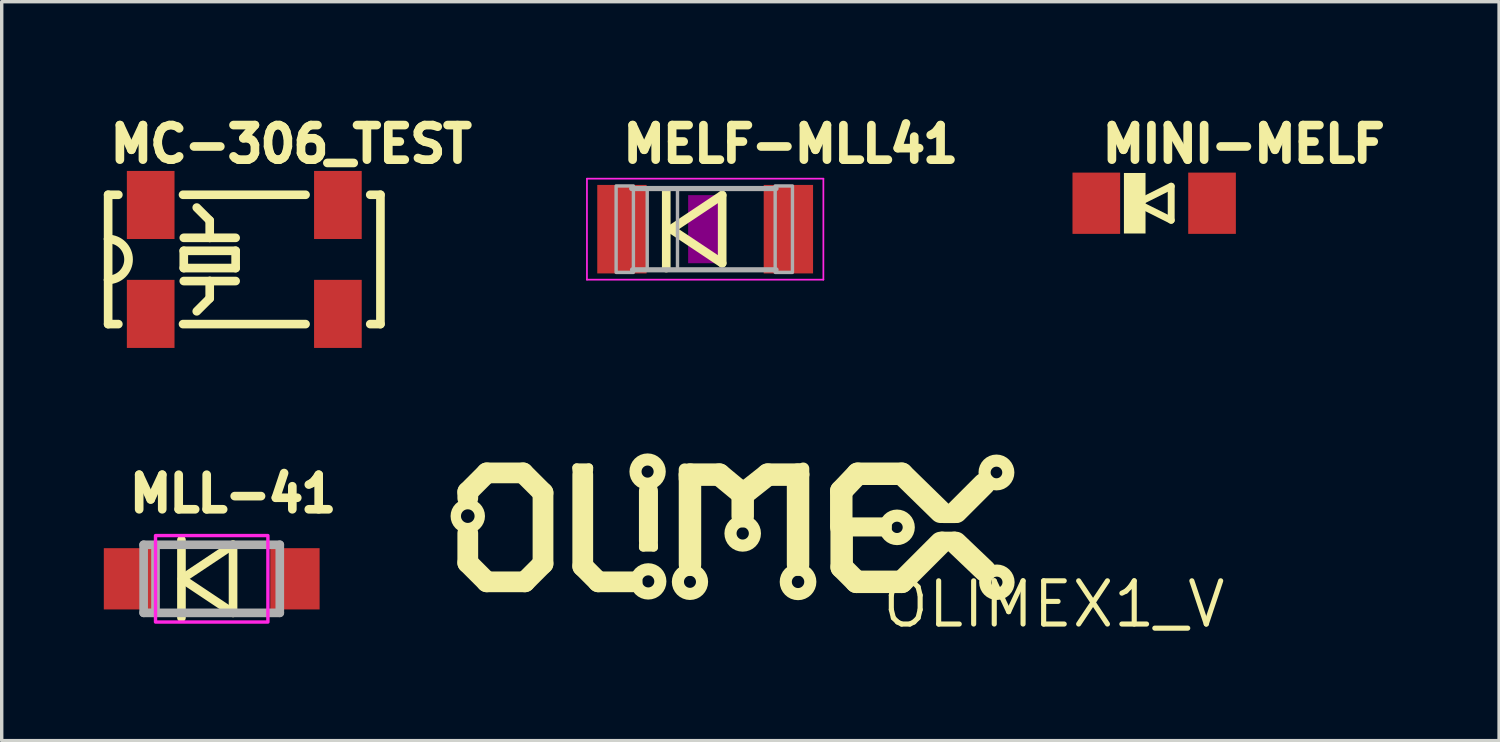
<source format=kicad_pcb>
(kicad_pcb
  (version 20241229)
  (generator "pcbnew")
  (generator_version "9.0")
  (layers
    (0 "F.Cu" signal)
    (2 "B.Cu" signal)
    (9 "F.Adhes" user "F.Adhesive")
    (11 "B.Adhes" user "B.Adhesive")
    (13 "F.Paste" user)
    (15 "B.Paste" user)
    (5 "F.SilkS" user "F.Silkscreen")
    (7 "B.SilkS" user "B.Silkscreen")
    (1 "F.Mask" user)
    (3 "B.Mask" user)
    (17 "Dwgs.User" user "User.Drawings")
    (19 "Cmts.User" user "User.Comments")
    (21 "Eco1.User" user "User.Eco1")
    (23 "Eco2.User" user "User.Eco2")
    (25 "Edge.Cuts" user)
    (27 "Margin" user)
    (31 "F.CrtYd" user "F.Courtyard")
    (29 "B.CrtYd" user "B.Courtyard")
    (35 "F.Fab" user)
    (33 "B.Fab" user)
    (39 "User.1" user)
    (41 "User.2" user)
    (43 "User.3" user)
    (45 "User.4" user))
  (footprint "OLIMEX1_V"
    (layer "F.Cu")
    (at 27.914 14.704)
    (property "Reference" "OLIMEX1_V" (at 0 0 0) (layer "F.SilkS") (effects (font (size 1.27 1.27) (thickness 0.15))))
    (fp_line (start -17.221 -3.302) (end -17.221 -3.124) (stroke (width 0.61) (type solid)) (layer "F.SilkS"))
    (fp_line (start -17.221 -2.083) (end -17.221 -1.219) (stroke (width 0.61) (type solid)) (layer "F.SilkS"))
    (fp_line (start -17.221 -1.219) (end -16.662 -0.66) (stroke (width 0.61) (type solid)) (layer "F.SilkS"))
    (fp_line (start -16.662 -3.861) (end -17.221 -3.302) (stroke (width 0.61) (type solid)) (layer "F.SilkS"))
    (fp_line (start -16.662 -0.66) (end -15.545 -0.66) (stroke (width 0.61) (type solid)) (layer "F.SilkS"))
    (fp_line (start -15.596 -3.861) (end -16.662 -3.861) (stroke (width 0.61) (type solid)) (layer "F.SilkS"))
    (fp_line (start -15.545 -0.66) (end -15.011 -1.194) (stroke (width 0.61) (type solid)) (layer "F.SilkS"))
    (fp_line (start -15.011 -3.277) (end -15.596 -3.861) (stroke (width 0.61) (type solid)) (layer "F.SilkS"))
    (fp_line (start -15.011 -1.194) (end -15.011 -3.277) (stroke (width 0.61) (type solid)) (layer "F.SilkS"))
    (fp_line (start -14.021 -4.013) (end -14.021 -3.937) (stroke (width 0.254) (type solid)) (layer "F.SilkS"))
    (fp_line (start -13.843 -3.81) (end -13.843 -1.118) (stroke (width 0.61) (type solid)) (layer "F.SilkS"))
    (fp_line (start -13.843 -1.118) (end -13.386 -0.66) (stroke (width 0.61) (type solid)) (layer "F.SilkS"))
    (fp_line (start -13.665 -4.013) (end -14.021 -4.013) (stroke (width 0.254) (type solid)) (layer "F.SilkS"))
    (fp_line (start -13.665 -3.937) (end -13.665 -4.013) (stroke (width 0.254) (type solid)) (layer "F.SilkS"))
    (fp_line (start -13.386 -0.66) (end -12.395 -0.66) (stroke (width 0.61) (type solid)) (layer "F.SilkS"))
    (fp_line (start -12.065 -1.753) (end -12.065 -1.676) (stroke (width 0.254) (type solid)) (layer "F.SilkS"))
    (fp_line (start -12.065 -1.676) (end -11.76 -1.676) (stroke (width 0.254) (type solid)) (layer "F.SilkS"))
    (fp_line (start -11.913 -1.854) (end -11.913 -3.327) (stroke (width 0.559) (type solid)) (layer "F.SilkS"))
    (fp_line (start -11.76 -1.676) (end -11.76 -1.753) (stroke (width 0.254) (type solid)) (layer "F.SilkS"))
    (fp_line (start -10.846 -3.683) (end -10.846 -3.962) (stroke (width 0.356) (type solid)) (layer "F.SilkS"))
    (fp_line (start -10.693 -3.81) (end -9.83 -3.81) (stroke (width 0.66) (type solid)) (layer "F.SilkS"))
    (fp_line (start -10.693 -1.168) (end -10.693 -3.81) (stroke (width 0.66) (type solid)) (layer "F.SilkS"))
    (fp_line (start -9.83 -3.81) (end -9.246 -3.327) (stroke (width 0.66) (type solid)) (layer "F.SilkS"))
    (fp_line (start -9.246 -3.327) (end -9.144 -3.327) (stroke (width 0.61) (type solid)) (layer "F.SilkS"))
    (fp_line (start -9.144 -3.327) (end -9.144 -2.591) (stroke (width 0.66) (type solid)) (layer "F.SilkS"))
    (fp_line (start -8.407 -3.81) (end -9.017 -3.327) (stroke (width 0.66) (type solid)) (layer "F.SilkS"))
    (fp_line (start -7.518 -3.81) (end -8.407 -3.81) (stroke (width 0.66) (type solid)) (layer "F.SilkS"))
    (fp_line (start -7.518 -1.168) (end -7.518 -3.81) (stroke (width 0.66) (type solid)) (layer "F.SilkS"))
    (fp_line (start -7.366 -3.81) (end -7.366 -3.988) (stroke (width 0.356) (type solid)) (layer "F.SilkS"))
    (fp_line (start -6.248 -3.327) (end -5.766 -3.835) (stroke (width 0.66) (type solid)) (layer "F.SilkS"))
    (fp_line (start -6.248 -2.273) (end -6.248 -3.327) (stroke (width 0.66) (type solid)) (layer "F.SilkS"))
    (fp_line (start -6.236 -2.286) (end -6.236 -1.092) (stroke (width 0.66) (type solid)) (layer "F.SilkS"))
    (fp_line (start -6.236 -1.092) (end -5.804 -0.66) (stroke (width 0.66) (type solid)) (layer "F.SilkS"))
    (fp_line (start -5.804 -0.66) (end -4.47 -0.66) (stroke (width 0.66) (type solid)) (layer "F.SilkS"))
    (fp_line (start -5.766 -3.835) (end -4.47 -3.835) (stroke (width 0.66) (type solid)) (layer "F.SilkS"))
    (fp_line (start -5.042 -2.273) (end -6.248 -2.273) (stroke (width 0.559) (type solid)) (layer "F.SilkS"))
    (fp_line (start -4.47 -3.835) (end -3.327 -2.718) (stroke (width 0.66) (type solid)) (layer "F.SilkS"))
    (fp_line (start -4.47 -0.66) (end -3.327 -1.803) (stroke (width 0.66) (type solid)) (layer "F.SilkS"))
    (fp_line (start -3.327 -1.803) (end -3.277 -1.854) (stroke (width 0.559) (type solid)) (layer "F.SilkS"))
    (fp_line (start -3.277 -1.854) (end -2.934 -1.854) (stroke (width 0.559) (type solid)) (layer "F.SilkS"))
    (fp_line (start -3.251 -2.667) (end -2.896 -2.667) (stroke (width 0.559) (type solid)) (layer "F.SilkS"))
    (fp_line (start -2.934 -1.854) (end -2.883 -1.803) (stroke (width 0.559) (type solid)) (layer "F.SilkS"))
    (fp_line (start -2.883 -1.803) (end -2.032 -0.991) (stroke (width 0.66) (type solid)) (layer "F.SilkS"))
    (fp_line (start -2.057 -3.531) (end -2.87 -2.718) (stroke (width 0.66) (type solid)) (layer "F.SilkS"))
    (fp_circle (center -17.221 -2.591) (end -16.868 -2.591) (stroke (width 0.305) (type solid)) (fill no) (layer "F.SilkS"))
    (fp_circle (center -11.938 -3.899) (end -11.582 -3.899) (stroke (width 0.356) (type solid)) (fill no) (layer "F.SilkS"))
    (fp_circle (center -11.919 -0.673) (end -11.563 -0.673) (stroke (width 0.356) (type solid)) (fill no) (layer "F.SilkS"))
    (fp_circle (center -10.693 -0.66) (end -10.338 -0.66) (stroke (width 0.356) (type solid)) (fill no) (layer "F.SilkS"))
    (fp_circle (center -9.144 -2.083) (end -8.785 -2.083) (stroke (width 0.356) (type solid)) (fill no) (layer "F.SilkS"))
    (fp_circle (center -7.518 -0.66) (end -7.157 -0.66) (stroke (width 0.356) (type solid)) (fill no) (layer "F.SilkS"))
    (fp_circle (center -4.61 -2.261) (end -4.265 -2.261) (stroke (width 0.356) (type solid)) (fill no) (layer "F.SilkS"))
    (fp_circle (center -1.689 -3.873) (end -1.34 -3.873) (stroke (width 0.356) (type solid)) (fill no) (layer "F.SilkS"))
    (fp_circle (center -1.676 -0.648) (end -1.333 -0.648) (stroke (width 0.356) (type solid)) (fill no) (layer "F.SilkS")))
  (footprint "MINI-MELF"
    (layer "F.Cu")
    (at 30.859 2.921)
    (property "Reference" "MINI-MELF" (at -1.651 -1.143 0) (layer "F.SilkS") (effects (font (size 1.016 1.016) (thickness 0.254)) (justify left bottom)))
    (fp_line (start -0.5 0) (end 0.5 0.5) (stroke (width 0.203) (type solid)) (layer "F.SilkS"))
    (fp_line (start 0.5 -0.5) (end -0.5 0) (stroke (width 0.203) (type solid)) (layer "F.SilkS"))
    (fp_line (start 0.5 0.5) (end 0.5 -0.5) (stroke (width 0.203) (type solid)) (layer "F.SilkS"))
    (fp_poly (pts (xy -0.889 0.889) (xy -0.254 0.889) (xy -0.254 -0.889) (xy -0.889 -0.889)) (stroke (width 0) (type solid)) (fill yes) (layer "F.SilkS"))
    (pad "A" smd rect (at 1.7 0) (size 1.4 1.8) (layers "F.Cu" "F.Mask" "F.Paste"))
    (pad "C" smd rect (at -1.7 0) (size 1.4 1.8) (layers "F.Cu" "F.Mask" "F.Paste")))
  (footprint "MELF-MLL41"
    (layer "F.Cu")
    (at 17.667 3.683)
    (property "Reference" "MELF-MLL41" (at -2.54 -1.905 0) (layer "F.SilkS") (effects (font (size 1.016 1.016) (thickness 0.254)) (justify left bottom)))
    (fp_line (start -1.143 -1.143) (end -1.143 1.143) (stroke (width 0.254) (type solid)) (layer "F.SilkS"))
    (fp_line (start -1 0) (end 0.5 1) (stroke (width 0.254) (type solid)) (layer "F.SilkS"))
    (fp_line (start 0.5 -1) (end -1 0) (stroke (width 0.254) (type solid)) (layer "F.SilkS"))
    (fp_line (start 0.5 1) (end 0.5 -1) (stroke (width 0.254) (type solid)) (layer "F.SilkS"))
    (fp_poly (pts (xy -0.5 1) (xy 0.5 1) (xy 0.5 -1) (xy -0.5 -1)) (stroke (width 0) (type solid)) (fill yes) (layer "F.Adhes"))
    (fp_line (start -3.473 -1.483) (end 3.473 -1.483) (stroke (width 0.051) (type solid)) (layer "F.CrtYd"))
    (fp_line (start -3.473 1.483) (end -3.473 -1.483) (stroke (width 0.051) (type solid)) (layer "F.CrtYd"))
    (fp_line (start 3.473 -1.483) (end 3.473 1.483) (stroke (width 0.051) (type solid)) (layer "F.CrtYd"))
    (fp_line (start 3.473 1.483) (end -3.473 1.483) (stroke (width 0.051) (type solid)) (layer "F.CrtYd"))
    (fp_line (start 2.083 -1.194) (end -2.159 -1.194) (stroke (width 0.152) (type solid)) (layer "F.Fab"))
    (fp_line (start 2.083 1.194) (end -2.134 1.194) (stroke (width 0.152) (type solid)) (layer "F.Fab"))
    (fp_poly (pts (xy -2.616 1.27) (xy -2.108 1.27) (xy -2.108 -1.27) (xy -2.616 -1.27)) (stroke (width 0.1) (type solid)) (fill no) (layer "F.Fab"))
    (fp_poly (pts (xy -1.702 1.194) (xy -0.813 1.194) (xy -0.813 -1.194) (xy -1.702 -1.194)) (stroke (width 0.1) (type solid)) (fill no) (layer "F.Fab"))
    (fp_poly (pts (xy 2.057 1.27) (xy 2.565 1.27) (xy 2.565 -1.27) (xy 2.057 -1.27)) (stroke (width 0.1) (type solid)) (fill no) (layer "F.Fab"))
    (pad "1" smd rect (at -2.445 0) (size 1.45 2.6) (layers "F.Cu" "F.Mask" "F.Paste"))
    (pad "2" smd rect (at 2.445 0) (size 1.45 2.6) (layers "F.Cu" "F.Mask" "F.Paste")))
  (footprint "MLL-41"
    (layer "F.Cu")
    (at 3.17 13.955)
    (property "Reference" "MLL-41" (at -2.54 -1.905 0) (layer "F.SilkS") (effects (font (size 1.016 1.016) (thickness 0.254)) (justify left bottom)))
    (fp_line (start -0.889 -1.143) (end -0.889 1.143) (stroke (width 0.254) (type solid)) (layer "F.SilkS"))
    (fp_line (start -0.873 0) (end 0.627 1) (stroke (width 0.254) (type solid)) (layer "F.SilkS"))
    (fp_line (start 0.627 -1) (end -0.873 0) (stroke (width 0.254) (type solid)) (layer "F.SilkS"))
    (fp_line (start 0.627 1) (end 0.627 -1) (stroke (width 0.254) (type solid)) (layer "F.SilkS"))
    (fp_poly (pts (xy -1.651 1.27) (xy 1.651 1.27) (xy 1.651 -1.27) (xy -1.651 -1.27)) (stroke (width 0.1) (type solid)) (fill no) (layer "F.CrtYd"))
    (fp_line (start -2 -1) (end -2 1) (stroke (width 0.254) (type solid)) (layer "F.Fab"))
    (fp_line (start -2 1) (end 2 1) (stroke (width 0.254) (type solid)) (layer "F.Fab"))
    (fp_line (start -1.651 -0.889) (end -1.651 0.889) (stroke (width 0.254) (type solid)) (layer "F.Fab"))
    (fp_line (start 2 -1) (end -2 -1) (stroke (width 0.254) (type solid)) (layer "F.Fab"))
    (fp_line (start 2 1) (end 2 -1) (stroke (width 0.254) (type solid)) (layer "F.Fab"))
    (pad "A" smd rect (at 2.445 0) (size 1.45 1.8) (layers "F.Cu" "F.Mask" "F.Paste"))
    (pad "K" smd rect (at -2.445 0) (size 1.45 1.8) (layers "F.Cu" "F.Mask" "F.Paste"))
    (zone (net_name "") (layers "F.Cu" "B.Cu") (hatch edge 0.508) (connect_pads) (min_thickness 0.254) (filled_areas_thickness no) (keepout (tracks allowed) (vias not_allowed) (pads allowed) (copperpour allowed) (footprints allowed)) (placement (enabled no)) (fill) (polygon (pts (xy 1.519 15.225) (xy 4.821 15.225) (xy 4.821 12.685) (xy 1.519 12.685)))))
  (footprint "MC-306_TEST"
    (layer "F.Cu")
    (at 4.127 4.572)
    (property "Reference" "MC-306_TEST" (at -4.064 -2.794 0) (layer "F.SilkS") (effects (font (size 1.016 1.016) (thickness 0.254)) (justify left bottom)))
    (fp_line (start -4 -1.9) (end -4 -0.6) (stroke (width 0.254) (type solid)) (layer "F.SilkS"))
    (fp_line (start -4 -0.6) (end -4 0.6) (stroke (width 0.254) (type solid)) (layer "F.SilkS"))
    (fp_line (start -4 0.6) (end -4 1.9) (stroke (width 0.254) (type solid)) (layer "F.SilkS"))
    (fp_line (start -4 1.9) (end -3.7 1.9) (stroke (width 0.254) (type solid)) (layer "F.SilkS"))
    (fp_line (start -3.7 -1.9) (end -4 -1.9) (stroke (width 0.254) (type solid)) (layer "F.SilkS"))
    (fp_line (start -1.8 1.9) (end 1.8 1.9) (stroke (width 0.254) (type solid)) (layer "F.SilkS"))
    (fp_line (start -1.778 -0.635) (end -1.016 -0.635) (stroke (width 0.254) (type solid)) (layer "F.SilkS"))
    (fp_line (start -1.778 -0.254) (end -0.254 -0.254) (stroke (width 0.254) (type solid)) (layer "F.SilkS"))
    (fp_line (start -1.778 0.254) (end -1.778 -0.254) (stroke (width 0.254) (type solid)) (layer "F.SilkS"))
    (fp_line (start -1.778 0.635) (end -1.016 0.635) (stroke (width 0.254) (type solid)) (layer "F.SilkS"))
    (fp_line (start -1.016 -1.143) (end -1.397 -1.524) (stroke (width 0.254) (type solid)) (layer "F.SilkS"))
    (fp_line (start -1.016 -0.635) (end -1.016 -1.143) (stroke (width 0.254) (type solid)) (layer "F.SilkS"))
    (fp_line (start -1.016 -0.635) (end -0.254 -0.635) (stroke (width 0.254) (type solid)) (layer "F.SilkS"))
    (fp_line (start -1.016 0.635) (end -1.016 1.143) (stroke (width 0.254) (type solid)) (layer "F.SilkS"))
    (fp_line (start -1.016 0.635) (end -0.254 0.635) (stroke (width 0.254) (type solid)) (layer "F.SilkS"))
    (fp_line (start -1.016 1.143) (end -1.397 1.524) (stroke (width 0.254) (type solid)) (layer "F.SilkS"))
    (fp_line (start -0.254 -0.254) (end -0.254 0.254) (stroke (width 0.254) (type solid)) (layer "F.SilkS"))
    (fp_line (start -0.254 0.254) (end -1.778 0.254) (stroke (width 0.254) (type solid)) (layer "F.SilkS"))
    (fp_line (start 1.8 -1.9) (end -1.8 -1.9) (stroke (width 0.254) (type solid)) (layer "F.SilkS"))
    (fp_line (start 3.7 1.9) (end 4 1.9) (stroke (width 0.254) (type solid)) (layer "F.SilkS"))
    (fp_line (start 4 -1.9) (end 3.7 -1.9) (stroke (width 0.254) (type solid)) (layer "F.SilkS"))
    (fp_line (start 4 1.9) (end 4 -1.9) (stroke (width 0.254) (type solid)) (layer "F.SilkS"))
    (fp_arc (start -4 -0.6) (mid -3.4 0) (end -4 0.6) (stroke (width 0.254) (type solid)) (layer "F.SilkS"))
    (fp_poly (pts (xy -3.55 -0.5) (xy -1.95 -0.5) (xy -1.95 -2.7) (xy -3.55 -2.7)) (stroke (width 0) (type solid)) (fill yes) (layer "F.Paste"))
    (fp_poly (pts (xy -3.55 2.7) (xy -1.95 2.7) (xy -1.95 0.5) (xy -3.55 0.5)) (stroke (width 0) (type solid)) (fill yes) (layer "F.Paste"))
    (fp_poly (pts (xy 1.95 -0.5) (xy 3.55 -0.5) (xy 3.55 -2.7) (xy 1.95 -2.7)) (stroke (width 0) (type solid)) (fill yes) (layer "F.Paste"))
    (fp_poly (pts (xy 1.95 2.7) (xy 3.55 2.7) (xy 3.55 0.5) (xy 1.95 0.5)) (stroke (width 0) (type solid)) (fill yes) (layer "F.Paste"))
    (pad "1" smd rect (at -2.75 1.6) (size 1.4 2) (layers "F.Cu" "F.Mask"))
    (pad "2" smd rect (at 2.75 1.6) (size 1.4 2) (layers "F.Cu" "F.Mask"))
    (pad "3" smd rect (at 2.75 -1.6) (size 1.4 2) (layers "F.Cu" "F.Mask"))
    (pad "4" smd rect (at -2.75 -1.6) (size 1.4 2) (layers "F.Cu" "F.Mask")))
  (gr_rect
    (start -3 -3)
    (end 40.992 18.71)
    (stroke (width 0.1) (type default))
    (fill no)
    (layer "Edge.Cuts")))
</source>
